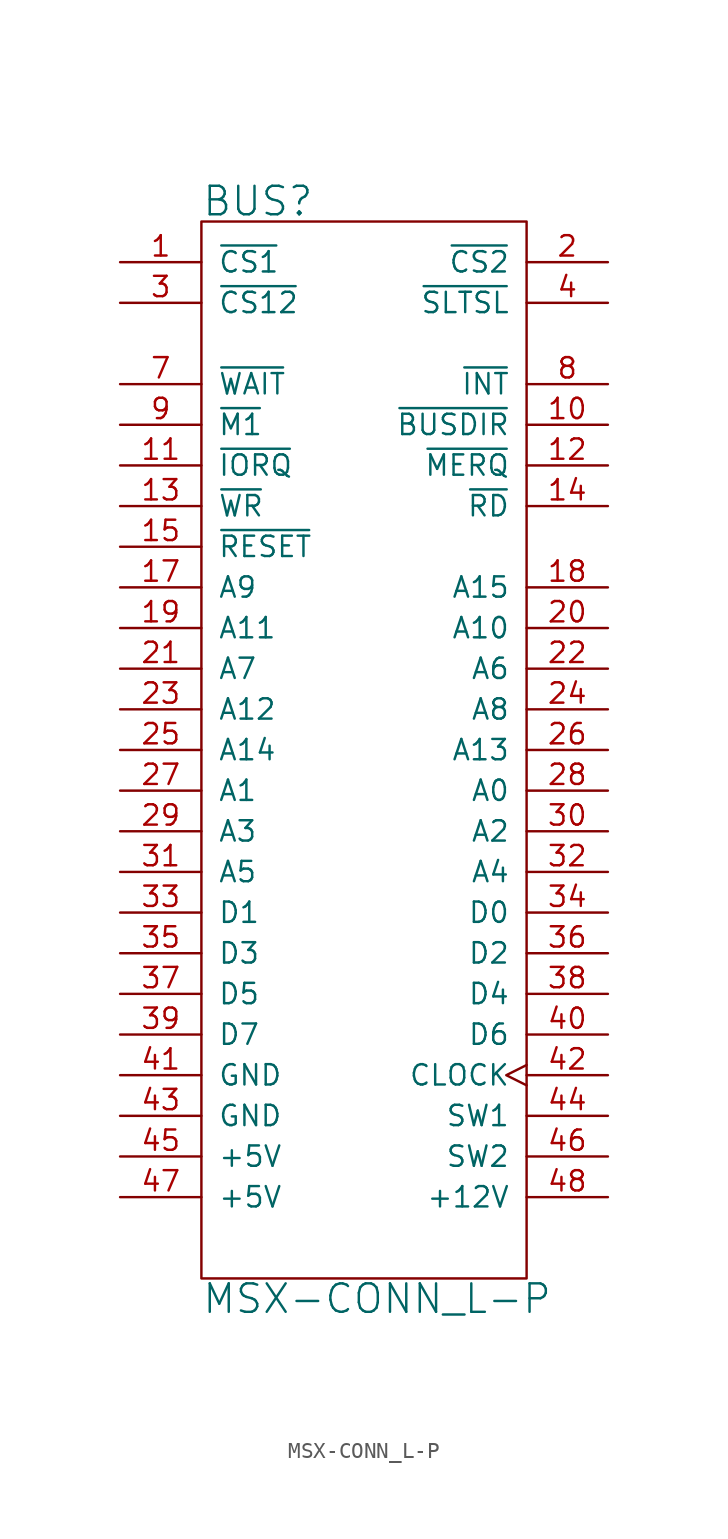
<source format=kicad_sym>
(kicad_symbol_lib
  (version 20211014)
  (generator kicad_symbol_editor)
  (symbol "MSX-CONN_L-P"
    (pin_names
      (offset 1.016))
    (property "Reference" "BUS"
      (at -10.16 34.29 0)
      (effects (font (size 1.778 1.778)) (justify left)))
    (property "Value" "MSX-CONN_L-P"
      (at -10.16 -34.29 0)
      (effects (font (size 1.778 1.778)) (justify left)))
    (symbol "MSX-CONN_L-P_0_1"
      (rectangle (start -10.16 -33.02) (end 10.16 33.02) (stroke (width 0) (type default) (color 0 0 0 0)) (fill (type none))))
    (symbol "MSX-CONN_L-P_1_1"
      (pin output line (at -15.24 30.48 0) (length 5.08) (name "~{CS1}" (effects (font (size 1.27 1.27)))) (number "1" (effects (font (size 1.27 1.27)))))
      (pin output line (at 15.24 20.32 180) (length 5.08) (name "~{BUSDIR}" (effects (font (size 1.27 1.27)))) (number "10" (effects (font (size 1.27 1.27)))))
      (pin output line (at -15.24 17.78 0) (length 5.08) (name "~{IORQ}" (effects (font (size 1.27 1.27)))) (number "11" (effects (font (size 1.27 1.27)))))
      (pin input line (at 15.24 17.78 180) (length 5.08) (name "~{MERQ}" (effects (font (size 1.27 1.27)))) (number "12" (effects (font (size 1.27 1.27)))))
      (pin output line (at -15.24 15.24 0) (length 5.08) (name "~{WR}" (effects (font (size 1.27 1.27)))) (number "13" (effects (font (size 1.27 1.27)))))
      (pin output line (at 15.24 15.24 180) (length 5.08) (name "~{RD}" (effects (font (size 1.27 1.27)))) (number "14" (effects (font (size 1.27 1.27)))))
      (pin output line (at -15.24 12.7 0) (length 5.08) (name "~{RESET}" (effects (font (size 1.27 1.27)))) (number "15" (effects (font (size 1.27 1.27)))))
      (pin output line (at -15.24 10.16 0) (length 5.08) (name "A9" (effects (font (size 1.27 1.27)))) (number "17" (effects (font (size 1.27 1.27)))))
      (pin output line (at 15.24 10.16 180) (length 5.08) (name "A15" (effects (font (size 1.27 1.27)))) (number "18" (effects (font (size 1.27 1.27)))))
      (pin output line (at -15.24 7.62 0) (length 5.08) (name "A11" (effects (font (size 1.27 1.27)))) (number "19" (effects (font (size 1.27 1.27)))))
      (pin output line (at 15.24 30.48 180) (length 5.08) (name "~{CS2}" (effects (font (size 1.27 1.27)))) (number "2" (effects (font (size 1.27 1.27)))))
      (pin output line (at 15.24 7.62 180) (length 5.08) (name "A10" (effects (font (size 1.27 1.27)))) (number "20" (effects (font (size 1.27 1.27)))))
      (pin output line (at -15.24 5.08 0) (length 5.08) (name "A7" (effects (font (size 1.27 1.27)))) (number "21" (effects (font (size 1.27 1.27)))))
      (pin output line (at 15.24 5.08 180) (length 5.08) (name "A6" (effects (font (size 1.27 1.27)))) (number "22" (effects (font (size 1.27 1.27)))))
      (pin output line (at -15.24 2.54 0) (length 5.08) (name "A12" (effects (font (size 1.27 1.27)))) (number "23" (effects (font (size 1.27 1.27)))))
      (pin output line (at 15.24 2.54 180) (length 5.08) (name "A8" (effects (font (size 1.27 1.27)))) (number "24" (effects (font (size 1.27 1.27)))))
      (pin output line (at -15.24 0 0) (length 5.08) (name "A14" (effects (font (size 1.27 1.27)))) (number "25" (effects (font (size 1.27 1.27)))))
      (pin output line (at 15.24 0 180) (length 5.08) (name "A13" (effects (font (size 1.27 1.27)))) (number "26" (effects (font (size 1.27 1.27)))))
      (pin output line (at -15.24 -2.54 0) (length 5.08) (name "A1" (effects (font (size 1.27 1.27)))) (number "27" (effects (font (size 1.27 1.27)))))
      (pin output line (at 15.24 -2.54 180) (length 5.08) (name "A0" (effects (font (size 1.27 1.27)))) (number "28" (effects (font (size 1.27 1.27)))))
      (pin output line (at -15.24 -5.08 0) (length 5.08) (name "A3" (effects (font (size 1.27 1.27)))) (number "29" (effects (font (size 1.27 1.27)))))
      (pin output line (at -15.24 27.94 0) (length 5.08) (name "~{CS12}" (effects (font (size 1.27 1.27)))) (number "3" (effects (font (size 1.27 1.27)))))
      (pin output line (at 15.24 -5.08 180) (length 5.08) (name "A2" (effects (font (size 1.27 1.27)))) (number "30" (effects (font (size 1.27 1.27)))))
      (pin output line (at -15.24 -7.62 0) (length 5.08) (name "A5" (effects (font (size 1.27 1.27)))) (number "31" (effects (font (size 1.27 1.27)))))
      (pin output line (at 15.24 -7.62 180) (length 5.08) (name "A4" (effects (font (size 1.27 1.27)))) (number "32" (effects (font (size 1.27 1.27)))))
      (pin tri_state line (at -15.24 -10.16 0) (length 5.08) (name "D1" (effects (font (size 1.27 1.27)))) (number "33" (effects (font (size 1.27 1.27)))))
      (pin tri_state line (at 15.24 -10.16 180) (length 5.08) (name "D0" (effects (font (size 1.27 1.27)))) (number "34" (effects (font (size 1.27 1.27)))))
      (pin tri_state line (at -15.24 -12.7 0) (length 5.08) (name "D3" (effects (font (size 1.27 1.27)))) (number "35" (effects (font (size 1.27 1.27)))))
      (pin tri_state line (at 15.24 -12.7 180) (length 5.08) (name "D2~{}" (effects (font (size 1.27 1.27)))) (number "36" (effects (font (size 1.27 1.27)))))
      (pin tri_state line (at -15.24 -15.24 0) (length 5.08) (name "D5" (effects (font (size 1.27 1.27)))) (number "37" (effects (font (size 1.27 1.27)))))
      (pin tri_state line (at 15.24 -15.24 180) (length 5.08) (name "D4" (effects (font (size 1.27 1.27)))) (number "38" (effects (font (size 1.27 1.27)))))
      (pin tri_state line (at -15.24 -17.78 0) (length 5.08) (name "D7" (effects (font (size 1.27 1.27)))) (number "39" (effects (font (size 1.27 1.27)))))
      (pin output line (at 15.24 27.94 180) (length 5.08) (name "~{SLTSL}" (effects (font (size 1.27 1.27)))) (number "4" (effects (font (size 1.27 1.27)))))
      (pin tri_state line (at 15.24 -17.78 180) (length 5.08) (name "D6" (effects (font (size 1.27 1.27)))) (number "40" (effects (font (size 1.27 1.27)))))
      (pin power_in line (at -15.24 -20.32 0) (length 5.08) (name "GND" (effects (font (size 1.27 1.27)))) (number "41" (effects (font (size 1.27 1.27)))))
      (pin output clock (at 15.24 -20.32 180) (length 5.08) (name "CLOCK" (effects (font (size 1.27 1.27)))) (number "42" (effects (font (size 1.27 1.27)))))
      (pin power_in line (at -15.24 -22.86 0) (length 5.08) (name "GND" (effects (font (size 1.27 1.27)))) (number "43" (effects (font (size 1.27 1.27)))))
      (pin passive line (at 15.24 -22.86 180) (length 5.08) (name "SW1" (effects (font (size 1.27 1.27)))) (number "44" (effects (font (size 1.27 1.27)))))
      (pin power_in line (at -15.24 -25.4 0) (length 5.08) (name "+5V" (effects (font (size 1.27 1.27)))) (number "45" (effects (font (size 1.27 1.27)))))
      (pin passive line (at 15.24 -25.4 180) (length 5.08) (name "SW2" (effects (font (size 1.27 1.27)))) (number "46" (effects (font (size 1.27 1.27)))))
      (pin power_in line (at -15.24 -27.94 0) (length 5.08) (name "+5V" (effects (font (size 1.27 1.27)))) (number "47" (effects (font (size 1.27 1.27)))))
      (pin power_in line (at 15.24 -27.94 180) (length 5.08) (name "+12V" (effects (font (size 1.27 1.27)))) (number "48" (effects (font (size 1.27 1.27)))))
      (pin input line (at -15.24 22.86 0) (length 5.08) (name "~{WAIT}" (effects (font (size 1.27 1.27)))) (number "7" (effects (font (size 1.27 1.27)))))
      (pin open_collector line (at 15.24 22.86 180) (length 5.08) (name "~{INT}" (effects (font (size 1.27 1.27)))) (number "8" (effects (font (size 1.27 1.27)))))
      (pin output line (at -15.24 20.32 0) (length 5.08) (name "~{M1}" (effects (font (size 1.27 1.27)))) (number "9" (effects (font (size 1.27 1.27))))))))
</source>
